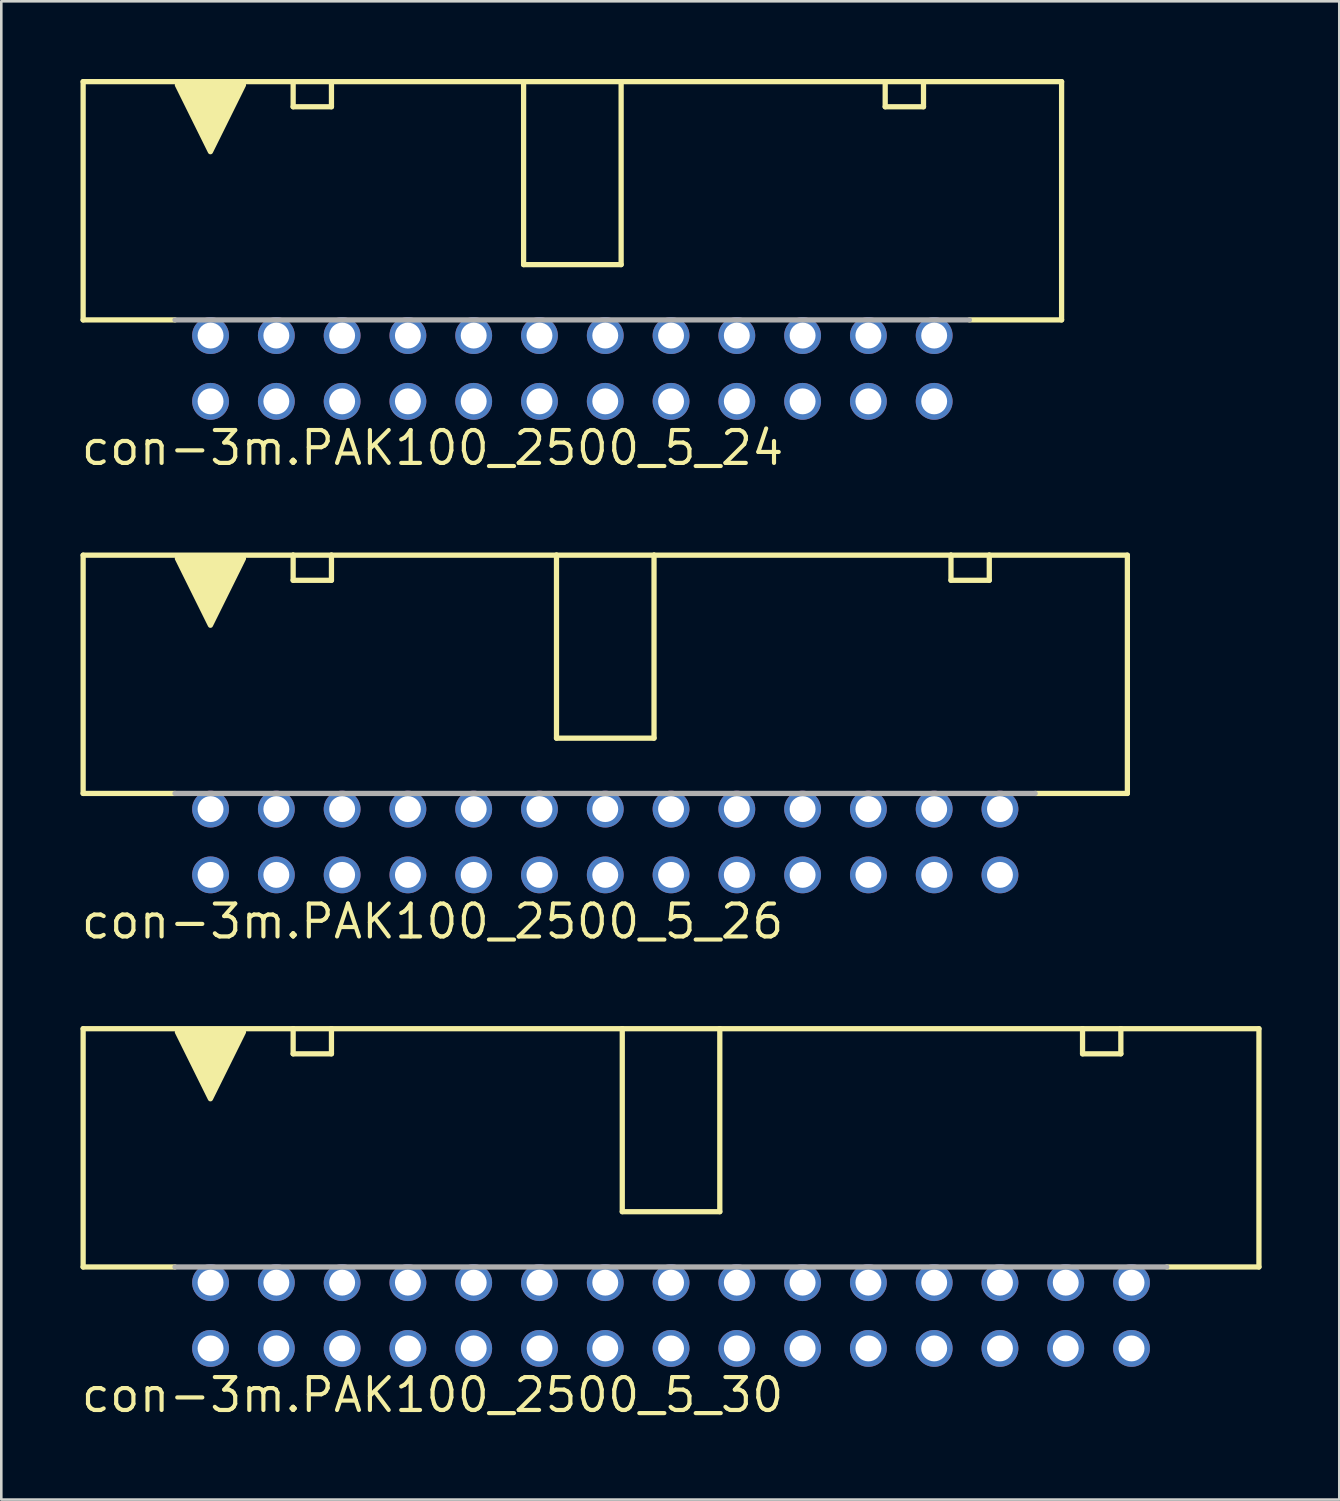
<source format=kicad_pcb>
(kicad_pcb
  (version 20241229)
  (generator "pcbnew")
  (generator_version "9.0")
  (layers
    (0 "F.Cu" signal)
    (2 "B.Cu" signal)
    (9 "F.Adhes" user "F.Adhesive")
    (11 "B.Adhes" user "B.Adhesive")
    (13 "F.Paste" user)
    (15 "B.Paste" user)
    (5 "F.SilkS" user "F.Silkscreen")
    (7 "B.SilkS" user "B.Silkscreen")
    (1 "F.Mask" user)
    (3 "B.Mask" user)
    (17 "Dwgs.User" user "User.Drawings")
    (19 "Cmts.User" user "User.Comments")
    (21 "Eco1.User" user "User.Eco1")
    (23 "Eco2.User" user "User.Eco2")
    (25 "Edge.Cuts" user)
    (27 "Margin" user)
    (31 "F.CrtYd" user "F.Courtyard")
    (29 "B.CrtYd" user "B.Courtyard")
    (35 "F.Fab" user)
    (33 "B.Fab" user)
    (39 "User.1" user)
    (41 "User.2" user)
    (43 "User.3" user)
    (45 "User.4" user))
  (footprint "con-3m.PAK100_2500_5_30"
    (layer "F.Cu")
    (at 22.86 47.745)
    (property "Reference" "con-3m.PAK100_2500_5_30" (at -22.86 3.81 0) (layer "F.SilkS") (effects (font (size 1.27 1.27) (thickness 0.16)) (justify left bottom)))
    (attr through_hole)
    (fp_line (start -22.7 -11.075) (end -22.7 -1.875) (stroke (width 0.203) (type default)) (layer "F.SilkS"))
    (fp_line (start -19.156 -1.875) (end -22.7 -1.875) (stroke (width 0.203) (type default)) (layer "F.SilkS"))
    (fp_line (start -14.591 -11.075) (end -22.7 -11.075) (stroke (width 0.203) (type default)) (layer "F.SilkS"))
    (fp_line (start -14.591 -11.075) (end -13.112 -11.075) (stroke (width 0.203) (type default)) (layer "F.SilkS"))
    (fp_line (start -14.591 -10.105) (end -14.591 -11.075) (stroke (width 0.203) (type default)) (layer "F.SilkS"))
    (fp_line (start -13.112 -11.075) (end -13.112 -10.105) (stroke (width 0.203) (type default)) (layer "F.SilkS"))
    (fp_line (start -13.112 -10.105) (end -14.591 -10.105) (stroke (width 0.203) (type default)) (layer "F.SilkS"))
    (fp_line (start -1.883 -11.075) (end -13.112 -11.075) (stroke (width 0.203) (type default)) (layer "F.SilkS"))
    (fp_line (start -1.883 -4.01) (end -1.883 -11.075) (stroke (width 0.203) (type default)) (layer "F.SilkS"))
    (fp_line (start 1.883 -11.075) (end -1.883 -11.075) (stroke (width 0.203) (type default)) (layer "F.SilkS"))
    (fp_line (start 1.883 -11.075) (end 1.883 -4.01) (stroke (width 0.203) (type default)) (layer "F.SilkS"))
    (fp_line (start 1.883 -4.01) (end -1.883 -4.01) (stroke (width 0.203) (type default)) (layer "F.SilkS"))
    (fp_line (start 15.889 -11.075) (end 1.883 -11.075) (stroke (width 0.203) (type default)) (layer "F.SilkS"))
    (fp_line (start 15.889 -11.075) (end 17.368 -11.075) (stroke (width 0.203) (type default)) (layer "F.SilkS"))
    (fp_line (start 15.889 -10.105) (end 15.889 -11.075) (stroke (width 0.203) (type default)) (layer "F.SilkS"))
    (fp_line (start 17.368 -11.075) (end 17.368 -10.105) (stroke (width 0.203) (type default)) (layer "F.SilkS"))
    (fp_line (start 17.368 -10.105) (end 15.889 -10.105) (stroke (width 0.203) (type default)) (layer "F.SilkS"))
    (fp_line (start 22.7 -11.075) (end 17.368 -11.075) (stroke (width 0.203) (type default)) (layer "F.SilkS"))
    (fp_line (start 22.7 -1.875) (end 19.143 -1.875) (stroke (width 0.203) (type default)) (layer "F.SilkS"))
    (fp_line (start 22.7 -1.875) (end 22.7 -11.075) (stroke (width 0.203) (type default)) (layer "F.SilkS"))
    (fp_poly (pts (xy -19.06 -10.945) (xy -16.51 -10.945) (xy -17.785 -8.37)) (stroke (width 0.203) (type default)) (fill yes) (layer "F.SilkS"))
    (fp_line (start 19.139 -1.875) (end -19.152 -1.875) (stroke (width 0.203) (type default)) (layer "F.Fab"))
    (pad "1" thru_hole circle (at -17.78 1.27) (size 1.422 1.422) (drill 1) (layers "*.Cu" "*.Mask"))
    (pad "2" thru_hole circle (at -17.78 -1.27) (size 1.422 1.422) (drill 1) (layers "*.Cu" "*.Mask"))
    (pad "3" thru_hole circle (at -15.24 1.27) (size 1.422 1.422) (drill 1) (layers "*.Cu" "*.Mask"))
    (pad "4" thru_hole circle (at -15.24 -1.27) (size 1.422 1.422) (drill 1) (layers "*.Cu" "*.Mask"))
    (pad "5" thru_hole circle (at -12.7 1.27) (size 1.422 1.422) (drill 1) (layers "*.Cu" "*.Mask"))
    (pad "6" thru_hole circle (at -12.7 -1.27) (size 1.422 1.422) (drill 1) (layers "*.Cu" "*.Mask"))
    (pad "7" thru_hole circle (at -10.16 1.27) (size 1.422 1.422) (drill 1) (layers "*.Cu" "*.Mask"))
    (pad "8" thru_hole circle (at -10.16 -1.27) (size 1.422 1.422) (drill 1) (layers "*.Cu" "*.Mask"))
    (pad "9" thru_hole circle (at -7.62 1.27) (size 1.422 1.422) (drill 1) (layers "*.Cu" "*.Mask"))
    (pad "10" thru_hole circle (at -7.62 -1.27) (size 1.422 1.422) (drill 1) (layers "*.Cu" "*.Mask"))
    (pad "11" thru_hole circle (at -5.08 1.27) (size 1.422 1.422) (drill 1) (layers "*.Cu" "*.Mask"))
    (pad "12" thru_hole circle (at -5.08 -1.27) (size 1.422 1.422) (drill 1) (layers "*.Cu" "*.Mask"))
    (pad "13" thru_hole circle (at -2.54 1.27) (size 1.422 1.422) (drill 1) (layers "*.Cu" "*.Mask"))
    (pad "14" thru_hole circle (at -2.54 -1.27) (size 1.422 1.422) (drill 1) (layers "*.Cu" "*.Mask"))
    (pad "15" thru_hole circle (at 0 1.27) (size 1.422 1.422) (drill 1) (layers "*.Cu" "*.Mask"))
    (pad "16" thru_hole circle (at 0 -1.27) (size 1.422 1.422) (drill 1) (layers "*.Cu" "*.Mask"))
    (pad "17" thru_hole circle (at 2.54 1.27) (size 1.422 1.422) (drill 1) (layers "*.Cu" "*.Mask"))
    (pad "18" thru_hole circle (at 2.54 -1.27) (size 1.422 1.422) (drill 1) (layers "*.Cu" "*.Mask"))
    (pad "19" thru_hole circle (at 5.08 1.27) (size 1.422 1.422) (drill 1) (layers "*.Cu" "*.Mask"))
    (pad "20" thru_hole circle (at 5.08 -1.27) (size 1.422 1.422) (drill 1) (layers "*.Cu" "*.Mask"))
    (pad "21" thru_hole circle (at 7.62 1.27) (size 1.422 1.422) (drill 1) (layers "*.Cu" "*.Mask"))
    (pad "22" thru_hole circle (at 7.62 -1.27) (size 1.422 1.422) (drill 1) (layers "*.Cu" "*.Mask"))
    (pad "23" thru_hole circle (at 10.16 1.27) (size 1.422 1.422) (drill 1) (layers "*.Cu" "*.Mask"))
    (pad "24" thru_hole circle (at 10.16 -1.27) (size 1.422 1.422) (drill 1) (layers "*.Cu" "*.Mask"))
    (pad "25" thru_hole circle (at 12.7 1.27) (size 1.422 1.422) (drill 1) (layers "*.Cu" "*.Mask"))
    (pad "26" thru_hole circle (at 12.7 -1.27) (size 1.422 1.422) (drill 1) (layers "*.Cu" "*.Mask"))
    (pad "27" thru_hole circle (at 15.24 1.27) (size 1.422 1.422) (drill 1) (layers "*.Cu" "*.Mask"))
    (pad "28" thru_hole circle (at 15.24 -1.27) (size 1.422 1.422) (drill 1) (layers "*.Cu" "*.Mask"))
    (pad "29" thru_hole circle (at 17.78 1.27) (size 1.422 1.422) (drill 1) (layers "*.Cu" "*.Mask"))
    (pad "30" thru_hole circle (at 17.78 -1.27) (size 1.422 1.422) (drill 1) (layers "*.Cu" "*.Mask")))
  (footprint "con-3m.PAK100_2500_5_26"
    (layer "F.Cu")
    (at 20.32 29.461)
    (property "Reference" "con-3m.PAK100_2500_5_26" (at -20.32 3.81 0) (layer "F.SilkS") (effects (font (size 1.27 1.27) (thickness 0.16)) (justify left bottom)))
    (attr through_hole)
    (fp_line (start -20.16 -11.075) (end -20.16 -1.875) (stroke (width 0.203) (type default)) (layer "F.SilkS"))
    (fp_line (start -16.616 -1.875) (end -20.16 -1.875) (stroke (width 0.203) (type default)) (layer "F.SilkS"))
    (fp_line (start -12.051 -11.075) (end -20.16 -11.075) (stroke (width 0.203) (type default)) (layer "F.SilkS"))
    (fp_line (start -12.051 -11.075) (end -10.572 -11.075) (stroke (width 0.203) (type default)) (layer "F.SilkS"))
    (fp_line (start -12.051 -10.105) (end -12.051 -11.075) (stroke (width 0.203) (type default)) (layer "F.SilkS"))
    (fp_line (start -10.572 -11.075) (end -10.572 -10.105) (stroke (width 0.203) (type default)) (layer "F.SilkS"))
    (fp_line (start -10.572 -10.105) (end -12.051 -10.105) (stroke (width 0.203) (type default)) (layer "F.SilkS"))
    (fp_line (start -1.883 -11.075) (end -10.572 -11.075) (stroke (width 0.203) (type default)) (layer "F.SilkS"))
    (fp_line (start -1.883 -4.01) (end -1.883 -11.075) (stroke (width 0.203) (type default)) (layer "F.SilkS"))
    (fp_line (start 1.883 -11.075) (end -1.883 -11.075) (stroke (width 0.203) (type default)) (layer "F.SilkS"))
    (fp_line (start 1.883 -11.075) (end 1.883 -4.01) (stroke (width 0.203) (type default)) (layer "F.SilkS"))
    (fp_line (start 1.883 -4.01) (end -1.883 -4.01) (stroke (width 0.203) (type default)) (layer "F.SilkS"))
    (fp_line (start 13.349 -11.075) (end 1.883 -11.075) (stroke (width 0.203) (type default)) (layer "F.SilkS"))
    (fp_line (start 13.349 -11.075) (end 14.828 -11.075) (stroke (width 0.203) (type default)) (layer "F.SilkS"))
    (fp_line (start 13.349 -10.105) (end 13.349 -11.075) (stroke (width 0.203) (type default)) (layer "F.SilkS"))
    (fp_line (start 14.828 -11.075) (end 14.828 -10.105) (stroke (width 0.203) (type default)) (layer "F.SilkS"))
    (fp_line (start 14.828 -10.105) (end 13.349 -10.105) (stroke (width 0.203) (type default)) (layer "F.SilkS"))
    (fp_line (start 20.16 -11.075) (end 14.828 -11.075) (stroke (width 0.203) (type default)) (layer "F.SilkS"))
    (fp_line (start 20.16 -1.875) (end 16.603 -1.875) (stroke (width 0.203) (type default)) (layer "F.SilkS"))
    (fp_line (start 20.16 -1.875) (end 20.16 -11.075) (stroke (width 0.203) (type default)) (layer "F.SilkS"))
    (fp_poly (pts (xy -16.52 -10.945) (xy -13.97 -10.945) (xy -15.245 -8.37)) (stroke (width 0.203) (type default)) (fill yes) (layer "F.SilkS"))
    (fp_line (start 16.599 -1.875) (end -16.612 -1.875) (stroke (width 0.203) (type default)) (layer "F.Fab"))
    (pad "1" thru_hole circle (at -15.24 1.27) (size 1.422 1.422) (drill 1) (layers "*.Cu" "*.Mask"))
    (pad "2" thru_hole circle (at -15.24 -1.27) (size 1.422 1.422) (drill 1) (layers "*.Cu" "*.Mask"))
    (pad "3" thru_hole circle (at -12.7 1.27) (size 1.422 1.422) (drill 1) (layers "*.Cu" "*.Mask"))
    (pad "4" thru_hole circle (at -12.7 -1.27) (size 1.422 1.422) (drill 1) (layers "*.Cu" "*.Mask"))
    (pad "5" thru_hole circle (at -10.16 1.27) (size 1.422 1.422) (drill 1) (layers "*.Cu" "*.Mask"))
    (pad "6" thru_hole circle (at -10.16 -1.27) (size 1.422 1.422) (drill 1) (layers "*.Cu" "*.Mask"))
    (pad "7" thru_hole circle (at -7.62 1.27) (size 1.422 1.422) (drill 1) (layers "*.Cu" "*.Mask"))
    (pad "8" thru_hole circle (at -7.62 -1.27) (size 1.422 1.422) (drill 1) (layers "*.Cu" "*.Mask"))
    (pad "9" thru_hole circle (at -5.08 1.27) (size 1.422 1.422) (drill 1) (layers "*.Cu" "*.Mask"))
    (pad "10" thru_hole circle (at -5.08 -1.27) (size 1.422 1.422) (drill 1) (layers "*.Cu" "*.Mask"))
    (pad "11" thru_hole circle (at -2.54 1.27) (size 1.422 1.422) (drill 1) (layers "*.Cu" "*.Mask"))
    (pad "12" thru_hole circle (at -2.54 -1.27) (size 1.422 1.422) (drill 1) (layers "*.Cu" "*.Mask"))
    (pad "13" thru_hole circle (at 0 1.27) (size 1.422 1.422) (drill 1) (layers "*.Cu" "*.Mask"))
    (pad "14" thru_hole circle (at 0 -1.27) (size 1.422 1.422) (drill 1) (layers "*.Cu" "*.Mask"))
    (pad "15" thru_hole circle (at 2.54 1.27) (size 1.422 1.422) (drill 1) (layers "*.Cu" "*.Mask"))
    (pad "16" thru_hole circle (at 2.54 -1.27) (size 1.422 1.422) (drill 1) (layers "*.Cu" "*.Mask"))
    (pad "17" thru_hole circle (at 5.08 1.27) (size 1.422 1.422) (drill 1) (layers "*.Cu" "*.Mask"))
    (pad "18" thru_hole circle (at 5.08 -1.27) (size 1.422 1.422) (drill 1) (layers "*.Cu" "*.Mask"))
    (pad "19" thru_hole circle (at 7.62 1.27) (size 1.422 1.422) (drill 1) (layers "*.Cu" "*.Mask"))
    (pad "20" thru_hole circle (at 7.62 -1.27) (size 1.422 1.422) (drill 1) (layers "*.Cu" "*.Mask"))
    (pad "21" thru_hole circle (at 10.16 1.27) (size 1.422 1.422) (drill 1) (layers "*.Cu" "*.Mask"))
    (pad "22" thru_hole circle (at 10.16 -1.27) (size 1.422 1.422) (drill 1) (layers "*.Cu" "*.Mask"))
    (pad "23" thru_hole circle (at 12.7 1.27) (size 1.422 1.422) (drill 1) (layers "*.Cu" "*.Mask"))
    (pad "24" thru_hole circle (at 12.7 -1.27) (size 1.422 1.422) (drill 1) (layers "*.Cu" "*.Mask"))
    (pad "25" thru_hole circle (at 15.24 1.27) (size 1.422 1.422) (drill 1) (layers "*.Cu" "*.Mask"))
    (pad "26" thru_hole circle (at 15.24 -1.27) (size 1.422 1.422) (drill 1) (layers "*.Cu" "*.Mask")))
  (footprint "con-3m.PAK100_2500_5_24"
    (layer "F.Cu")
    (at 19.05 11.177)
    (property "Reference" "con-3m.PAK100_2500_5_24" (at -19.05 3.81 0) (layer "F.SilkS") (effects (font (size 1.27 1.27) (thickness 0.16)) (justify left bottom)))
    (attr through_hole)
    (fp_line (start -18.89 -11.075) (end -18.89 -1.875) (stroke (width 0.203) (type default)) (layer "F.SilkS"))
    (fp_line (start -15.346 -1.875) (end -18.89 -1.875) (stroke (width 0.203) (type default)) (layer "F.SilkS"))
    (fp_line (start -10.781 -11.075) (end -18.89 -11.075) (stroke (width 0.203) (type default)) (layer "F.SilkS"))
    (fp_line (start -10.781 -11.075) (end -9.302 -11.075) (stroke (width 0.203) (type default)) (layer "F.SilkS"))
    (fp_line (start -10.781 -10.105) (end -10.781 -11.075) (stroke (width 0.203) (type default)) (layer "F.SilkS"))
    (fp_line (start -9.302 -11.075) (end -9.302 -10.105) (stroke (width 0.203) (type default)) (layer "F.SilkS"))
    (fp_line (start -9.302 -10.105) (end -10.781 -10.105) (stroke (width 0.203) (type default)) (layer "F.SilkS"))
    (fp_line (start -1.883 -11.075) (end -9.302 -11.075) (stroke (width 0.203) (type default)) (layer "F.SilkS"))
    (fp_line (start -1.883 -4.01) (end -1.883 -11.075) (stroke (width 0.203) (type default)) (layer "F.SilkS"))
    (fp_line (start 1.883 -11.075) (end -1.883 -11.075) (stroke (width 0.203) (type default)) (layer "F.SilkS"))
    (fp_line (start 1.883 -11.075) (end 1.883 -4.01) (stroke (width 0.203) (type default)) (layer "F.SilkS"))
    (fp_line (start 1.883 -4.01) (end -1.883 -4.01) (stroke (width 0.203) (type default)) (layer "F.SilkS"))
    (fp_line (start 12.079 -11.075) (end 1.883 -11.075) (stroke (width 0.203) (type default)) (layer "F.SilkS"))
    (fp_line (start 12.079 -11.075) (end 13.558 -11.075) (stroke (width 0.203) (type default)) (layer "F.SilkS"))
    (fp_line (start 12.079 -10.105) (end 12.079 -11.075) (stroke (width 0.203) (type default)) (layer "F.SilkS"))
    (fp_line (start 13.558 -11.075) (end 13.558 -10.105) (stroke (width 0.203) (type default)) (layer "F.SilkS"))
    (fp_line (start 13.558 -10.105) (end 12.079 -10.105) (stroke (width 0.203) (type default)) (layer "F.SilkS"))
    (fp_line (start 18.89 -11.075) (end 13.558 -11.075) (stroke (width 0.203) (type default)) (layer "F.SilkS"))
    (fp_line (start 18.89 -1.875) (end 15.333 -1.875) (stroke (width 0.203) (type default)) (layer "F.SilkS"))
    (fp_line (start 18.89 -1.875) (end 18.89 -11.075) (stroke (width 0.203) (type default)) (layer "F.SilkS"))
    (fp_poly (pts (xy -15.25 -10.945) (xy -12.7 -10.945) (xy -13.975 -8.37)) (stroke (width 0.203) (type default)) (fill yes) (layer "F.SilkS"))
    (fp_line (start 15.329 -1.875) (end -15.342 -1.875) (stroke (width 0.203) (type default)) (layer "F.Fab"))
    (pad "1" thru_hole circle (at -13.97 1.27) (size 1.422 1.422) (drill 1) (layers "*.Cu" "*.Mask"))
    (pad "2" thru_hole circle (at -13.97 -1.27) (size 1.422 1.422) (drill 1) (layers "*.Cu" "*.Mask"))
    (pad "3" thru_hole circle (at -11.43 1.27) (size 1.422 1.422) (drill 1) (layers "*.Cu" "*.Mask"))
    (pad "4" thru_hole circle (at -11.43 -1.27) (size 1.422 1.422) (drill 1) (layers "*.Cu" "*.Mask"))
    (pad "5" thru_hole circle (at -8.89 1.27) (size 1.422 1.422) (drill 1) (layers "*.Cu" "*.Mask"))
    (pad "6" thru_hole circle (at -8.89 -1.27) (size 1.422 1.422) (drill 1) (layers "*.Cu" "*.Mask"))
    (pad "7" thru_hole circle (at -6.35 1.27) (size 1.422 1.422) (drill 1) (layers "*.Cu" "*.Mask"))
    (pad "8" thru_hole circle (at -6.35 -1.27) (size 1.422 1.422) (drill 1) (layers "*.Cu" "*.Mask"))
    (pad "9" thru_hole circle (at -3.81 1.27) (size 1.422 1.422) (drill 1) (layers "*.Cu" "*.Mask"))
    (pad "10" thru_hole circle (at -3.81 -1.27) (size 1.422 1.422) (drill 1) (layers "*.Cu" "*.Mask"))
    (pad "11" thru_hole circle (at -1.27 1.27) (size 1.422 1.422) (drill 1) (layers "*.Cu" "*.Mask"))
    (pad "12" thru_hole circle (at -1.27 -1.27) (size 1.422 1.422) (drill 1) (layers "*.Cu" "*.Mask"))
    (pad "13" thru_hole circle (at 1.27 1.27) (size 1.422 1.422) (drill 1) (layers "*.Cu" "*.Mask"))
    (pad "14" thru_hole circle (at 1.27 -1.27) (size 1.422 1.422) (drill 1) (layers "*.Cu" "*.Mask"))
    (pad "15" thru_hole circle (at 3.81 1.27) (size 1.422 1.422) (drill 1) (layers "*.Cu" "*.Mask"))
    (pad "16" thru_hole circle (at 3.81 -1.27) (size 1.422 1.422) (drill 1) (layers "*.Cu" "*.Mask"))
    (pad "17" thru_hole circle (at 6.35 1.27) (size 1.422 1.422) (drill 1) (layers "*.Cu" "*.Mask"))
    (pad "18" thru_hole circle (at 6.35 -1.27) (size 1.422 1.422) (drill 1) (layers "*.Cu" "*.Mask"))
    (pad "19" thru_hole circle (at 8.89 1.27) (size 1.422 1.422) (drill 1) (layers "*.Cu" "*.Mask"))
    (pad "20" thru_hole circle (at 8.89 -1.27) (size 1.422 1.422) (drill 1) (layers "*.Cu" "*.Mask"))
    (pad "21" thru_hole circle (at 11.43 1.27) (size 1.422 1.422) (drill 1) (layers "*.Cu" "*.Mask"))
    (pad "22" thru_hole circle (at 11.43 -1.27) (size 1.422 1.422) (drill 1) (layers "*.Cu" "*.Mask"))
    (pad "23" thru_hole circle (at 13.97 1.27) (size 1.422 1.422) (drill 1) (layers "*.Cu" "*.Mask"))
    (pad "24" thru_hole circle (at 13.97 -1.27) (size 1.422 1.422) (drill 1) (layers "*.Cu" "*.Mask")))
  (gr_rect
    (start -3 -3)
    (end 48.662 54.852)
    (stroke (width 0.1) (type default))
    (fill no)
    (layer "Edge.Cuts")))
</source>
